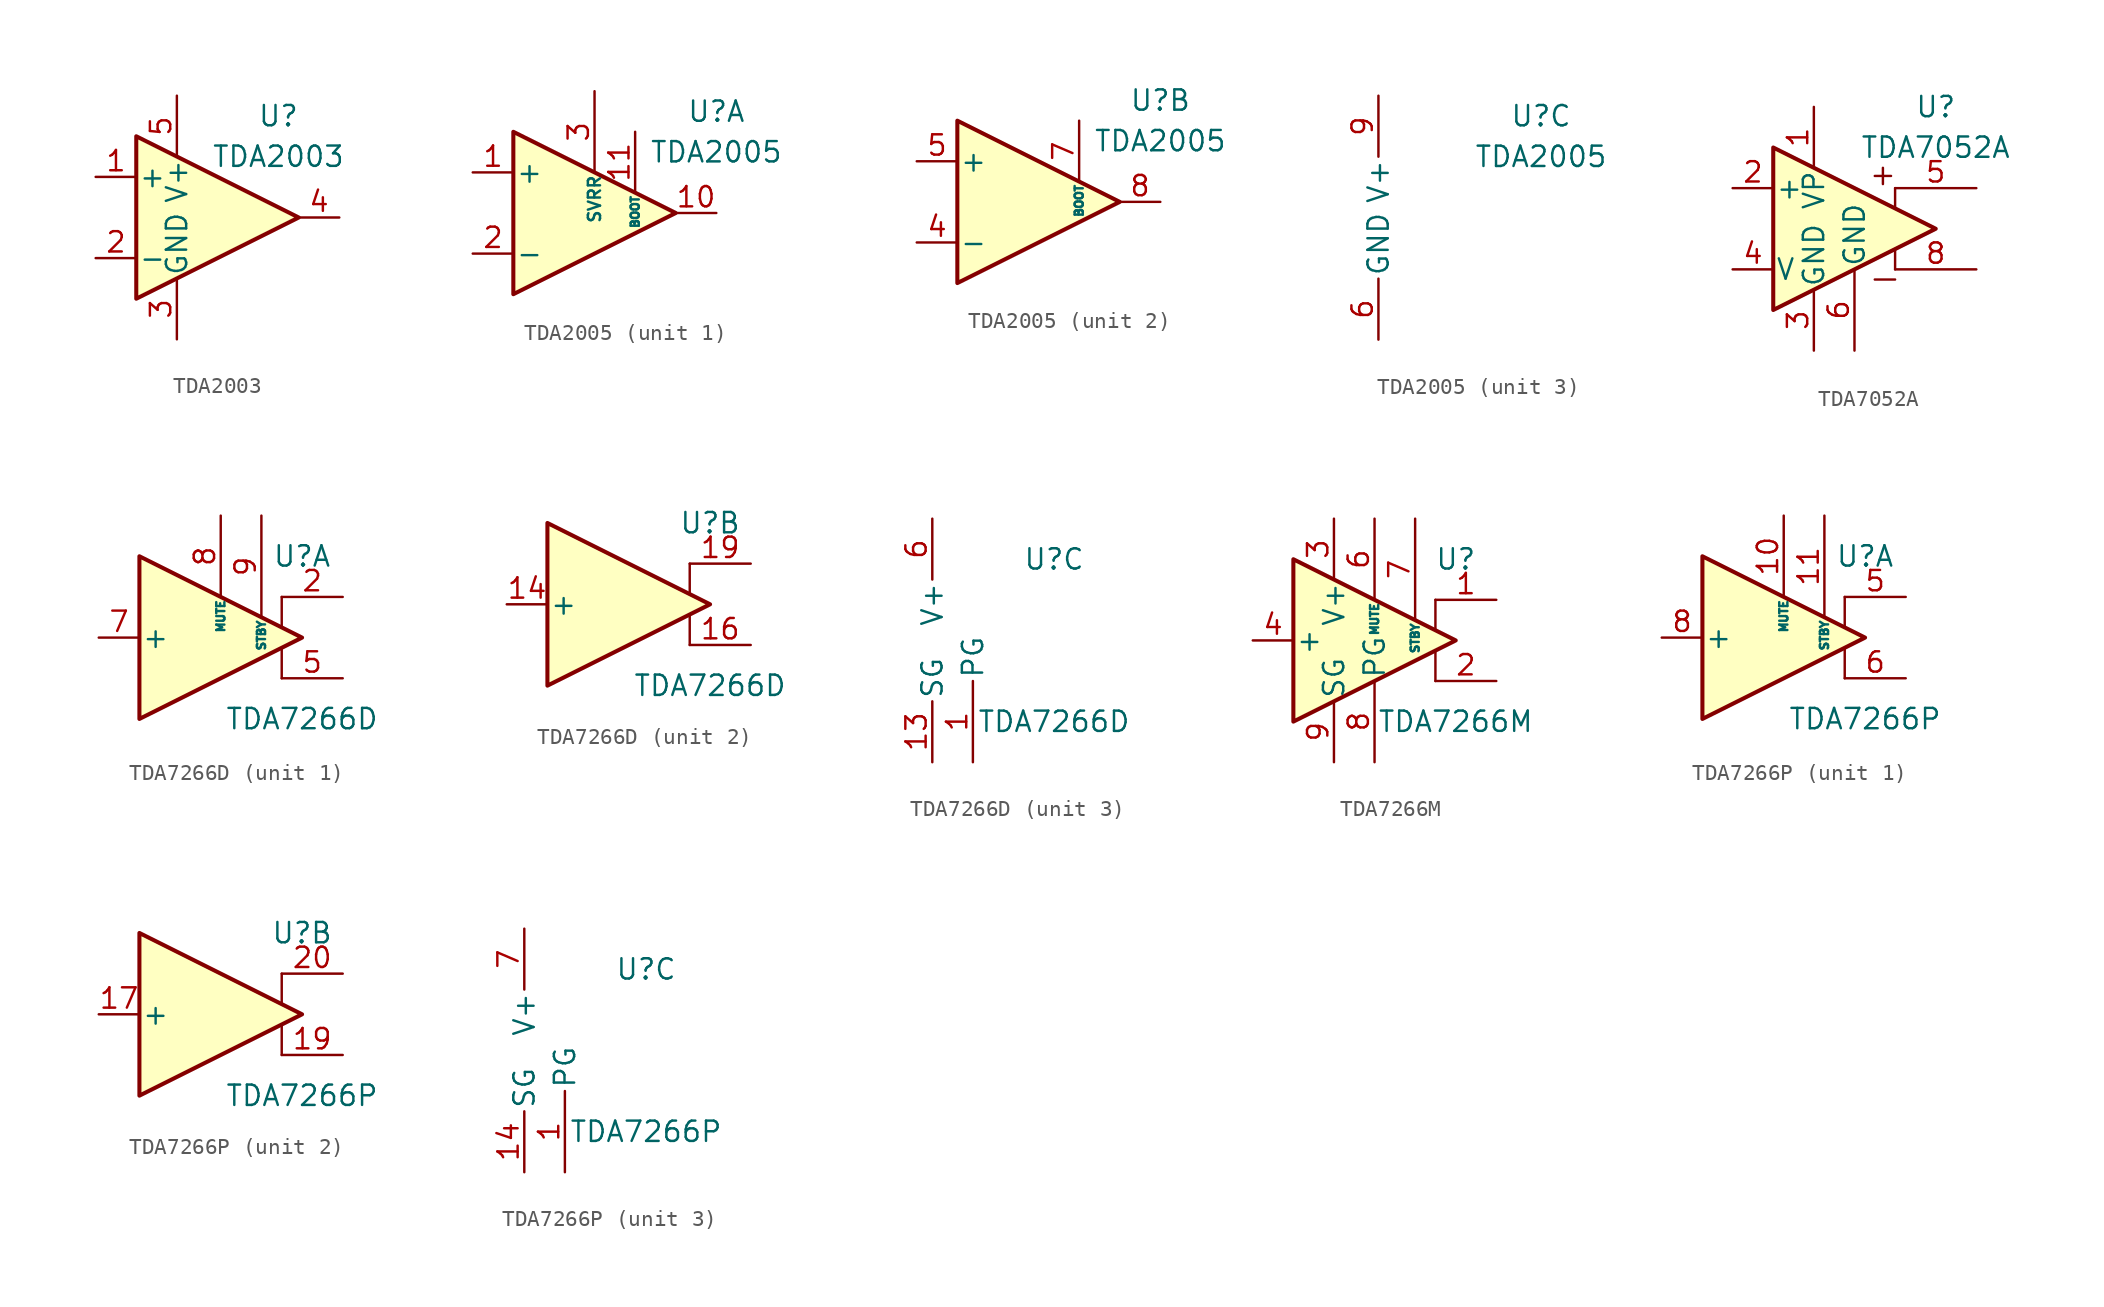
<source format=kicad_sym>
(kicad_symbol_lib
  (version 20220914)
  (generator kicad_symbol_editor)
  (symbol "TDA2003"
    (pin_names
      (offset 0.127))
    (property "Reference" "U"
      (at 3.81 6.35 0)
      (effects (font (size 1.27 1.27))))
    (property "Value" "TDA2003"
      (at 3.81 3.81 0)
      (effects (font (size 1.27 1.27))))
    (symbol "TDA2003_0_1"
      (polyline (pts (xy -5.08 5.08) (xy 5.08 0) (xy -5.08 -5.08) (xy -5.08 5.08)) (stroke (width 0.254) (type default)) (fill (type background))))
    (symbol "TDA2003_1_1"
      (pin input line (at -7.62 2.54 0) (length 2.54) (name "+" (effects (font (size 1.27 1.27)))) (number "1" (effects (font (size 1.27 1.27)))))
      (pin input line (at -7.62 -2.54 0) (length 2.54) (name "-" (effects (font (size 1.27 1.27)))) (number "2" (effects (font (size 1.27 1.27)))))
      (pin power_in line (at -2.54 -7.62 90) (length 3.81) (name "GND" (effects (font (size 1.27 1.27)))) (number "3" (effects (font (size 1.27 1.27)))))
      (pin output line (at 7.62 0 180) (length 2.54) (name "~" (effects (font (size 1.27 1.27)))) (number "4" (effects (font (size 1.27 1.27)))))
      (pin power_in line (at -2.54 7.62 270) (length 3.81) (name "V+" (effects (font (size 1.27 1.27)))) (number "5" (effects (font (size 1.27 1.27)))))))
  (symbol "TDA2005"
    (pin_names
      (offset 0.127))
    (property "Reference" "U"
      (at 7.62 6.35 0)
      (effects (font (size 1.27 1.27))))
    (property "Value" "TDA2005"
      (at 7.62 3.81 0)
      (effects (font (size 1.27 1.27))))
    (property "ki_locked" ""
      (at 0 0 0)
      (effects (font (size 1.27 1.27))))
    (symbol "TDA2005_1_1"
      (polyline (pts (xy -5.08 5.08) (xy 5.08 0) (xy -5.08 -5.08) (xy -5.08 5.08)) (stroke (width 0.254) (type default)) (fill (type background)))
      (pin input line (at -7.62 2.54 0) (length 2.54) (name "+" (effects (font (size 1.27 1.27)))) (number "1" (effects (font (size 1.27 1.27)))))
      (pin output line (at 7.62 0 180) (length 2.54) (name "~" (effects (font (size 1.27 1.27)))) (number "10" (effects (font (size 1.27 1.27)))))
      (pin passive line (at 2.54 5.08 270) (length 3.81) (name "BOOT" (effects (font (size 0.508 0.508)))) (number "11" (effects (font (size 1.27 1.27)))))
      (pin input line (at -7.62 -2.54 0) (length 2.54) (name "-" (effects (font (size 1.27 1.27)))) (number "2" (effects (font (size 1.27 1.27)))))
      (pin passive line (at 0 7.62 270) (length 5.08) (name "SVRR" (effects (font (size 0.762 0.762)))) (number "3" (effects (font (size 1.27 1.27))))))
    (symbol "TDA2005_2_1"
      (polyline (pts (xy -5.08 5.08) (xy 5.08 0) (xy -5.08 -5.08) (xy -5.08 5.08)) (stroke (width 0.254) (type default)) (fill (type background)))
      (pin input line (at -7.62 -2.54 0) (length 2.54) (name "-" (effects (font (size 1.27 1.27)))) (number "4" (effects (font (size 1.27 1.27)))))
      (pin input line (at -7.62 2.54 0) (length 2.54) (name "+" (effects (font (size 1.27 1.27)))) (number "5" (effects (font (size 1.27 1.27)))))
      (pin passive line (at 2.54 5.08 270) (length 3.81) (name "BOOT" (effects (font (size 0.508 0.508)))) (number "7" (effects (font (size 1.27 1.27)))))
      (pin output line (at 7.62 0 180) (length 2.54) (name "~" (effects (font (size 1.27 1.27)))) (number "8" (effects (font (size 1.27 1.27))))))
    (symbol "TDA2005_3_1"
      (pin power_in line (at -2.54 -7.62 90) (length 3.81) (name "GND" (effects (font (size 1.27 1.27)))) (number "6" (effects (font (size 1.27 1.27)))))
      (pin power_in line (at -2.54 7.62 270) (length 3.81) (name "V+" (effects (font (size 1.27 1.27)))) (number "9" (effects (font (size 1.27 1.27)))))))
  (symbol "TDA7052A"
    (pin_names
      (offset 0.127))
    (property "Reference" "U"
      (at 5.08 7.62 0)
      (effects (font (size 1.27 1.27))))
    (property "Value" "TDA7052A"
      (at 5.08 5.08 0)
      (effects (font (size 1.27 1.27))))
    (symbol "TDA7052A_0_1"
      (polyline (pts (xy 1.27 -3.175) (xy 2.54 -3.175)) (stroke (width 0) (type default)) (fill (type none)))
      (polyline (pts (xy 2.54 -1.27) (xy 2.54 -2.54)) (stroke (width 0) (type default)) (fill (type none)))
      (polyline (pts (xy 2.54 2.54) (xy 2.54 1.27)) (stroke (width 0) (type default)) (fill (type none)))
      (polyline (pts (xy 5.08 0) (xy -5.08 5.08) (xy -5.08 -5.08) (xy 5.08 0)) (stroke (width 0.254) (type default)) (fill (type background))))
    (symbol "TDA7052A_1_1"
      (polyline (pts (xy 1.778 3.81) (xy 1.778 2.794)) (stroke (width 0) (type default)) (fill (type none)))
      (polyline (pts (xy 2.286 3.302) (xy 1.27 3.302)) (stroke (width 0) (type default)) (fill (type none)))
      (pin power_in line (at -2.54 7.62 270) (length 3.81) (name "VP" (effects (font (size 1.27 1.27)))) (number "1" (effects (font (size 1.27 1.27)))))
      (pin input line (at -7.62 2.54 0) (length 2.54) (name "+" (effects (font (size 1.27 1.27)))) (number "2" (effects (font (size 1.27 1.27)))))
      (pin power_in line (at -2.54 -7.62 90) (length 3.81) (name "GND" (effects (font (size 1.27 1.27)))) (number "3" (effects (font (size 1.27 1.27)))))
      (pin input line (at -7.62 -2.54 0) (length 2.54) (name "V" (effects (font (size 1.27 1.27)))) (number "4" (effects (font (size 1.27 1.27)))))
      (pin output line (at 7.62 2.54 180) (length 5.08) (name "~" (effects (font (size 1.27 1.27)))) (number "5" (effects (font (size 1.27 1.27)))))
      (pin power_in line (at 0 -7.62 90) (length 5.08) (name "GND" (effects (font (size 1.27 1.27)))) (number "6" (effects (font (size 1.27 1.27)))))
      (pin no_connect line (at 0 2.54 270) (length 2.54) hide (name "NC" (effects (font (size 1.27 1.27)))) (number "7" (effects (font (size 1.27 1.27)))))
      (pin output line (at 7.62 -2.54 180) (length 5.08) (name "~" (effects (font (size 1.27 1.27)))) (number "8" (effects (font (size 1.27 1.27)))))))
  (symbol "TDA7266D"
    (pin_names
      (offset 0.127))
    (property "Reference" "U"
      (at 5.08 5.08 0)
      (effects (font (size 1.27 1.27))))
    (property "Value" "TDA7266D"
      (at 5.08 -5.08 0)
      (effects (font (size 1.27 1.27))))
    (property "ki_locked" ""
      (at 0 0 0)
      (effects (font (size 1.27 1.27))))
    (symbol "TDA7266D_1_1"
      (polyline (pts (xy 3.81 -0.635) (xy 3.81 -2.54)) (stroke (width 0) (type default)) (fill (type none)))
      (polyline (pts (xy 3.81 2.54) (xy 3.81 0.635)) (stroke (width 0) (type default)) (fill (type none)))
      (polyline (pts (xy 5.08 0) (xy -5.08 5.08) (xy -5.08 -5.08) (xy 5.08 0)) (stroke (width 0.254) (type default)) (fill (type background)))
      (pin no_connect line (at -2.54 3.81 270) (length 2.54) hide (name "NC" (effects (font (size 1.27 1.27)))) (number "12" (effects (font (size 1.27 1.27)))))
      (pin no_connect line (at -5.08 -5.08 90) (length 2.54) hide (name "NC" (effects (font (size 1.27 1.27)))) (number "17" (effects (font (size 1.27 1.27)))))
      (pin no_connect line (at 0 -2.54 90) (length 2.54) hide (name "NC" (effects (font (size 1.27 1.27)))) (number "18" (effects (font (size 1.27 1.27)))))
      (pin output line (at 7.62 2.54 180) (length 3.81) (name "~" (effects (font (size 1.27 1.27)))) (number "2" (effects (font (size 1.27 1.27)))))
      (pin no_connect line (at -5.08 5.08 270) (length 2.54) hide (name "NC" (effects (font (size 1.27 1.27)))) (number "3" (effects (font (size 1.27 1.27)))))
      (pin no_connect line (at 0 2.54 270) (length 2.54) hide (name "NC" (effects (font (size 1.27 1.27)))) (number "4" (effects (font (size 1.27 1.27)))))
      (pin output line (at 7.62 -2.54 180) (length 3.81) (name "~" (effects (font (size 1.27 1.27)))) (number "5" (effects (font (size 1.27 1.27)))))
      (pin input line (at -7.62 0 0) (length 2.54) (name "+" (effects (font (size 1.27 1.27)))) (number "7" (effects (font (size 1.27 1.27)))))
      (pin input line (at 0 7.62 270) (length 5.08) (name "MUTE" (effects (font (size 0.508 0.508)))) (number "8" (effects (font (size 1.27 1.27)))))
      (pin input line (at 2.54 7.62 270) (length 6.35) (name "STBY" (effects (font (size 0.508 0.508)))) (number "9" (effects (font (size 1.27 1.27))))))
    (symbol "TDA7266D_2_1"
      (polyline (pts (xy 3.81 -0.635) (xy 3.81 -2.54)) (stroke (width 0) (type default)) (fill (type none)))
      (polyline (pts (xy 3.81 2.54) (xy 3.81 0.635)) (stroke (width 0) (type default)) (fill (type none)))
      (polyline (pts (xy 5.08 0) (xy -5.08 5.08) (xy -5.08 -5.08) (xy 5.08 0)) (stroke (width 0.254) (type default)) (fill (type background)))
      (pin input line (at -7.62 0 0) (length 2.54) (name "+" (effects (font (size 1.27 1.27)))) (number "14" (effects (font (size 1.27 1.27)))))
      (pin output line (at 7.62 -2.54 180) (length 3.81) (name "~" (effects (font (size 1.27 1.27)))) (number "16" (effects (font (size 1.27 1.27)))))
      (pin output line (at 7.62 2.54 180) (length 3.81) (name "~" (effects (font (size 1.27 1.27)))) (number "19" (effects (font (size 1.27 1.27))))))
    (symbol "TDA7266D_3_1"
      (pin power_in line (at 0 -7.62 90) (length 5.08) (name "PG" (effects (font (size 1.27 1.27)))) (number "1" (effects (font (size 1.27 1.27)))))
      (pin passive line (at 0 -7.62 90) (length 5.08) hide (name "PG" (effects (font (size 1.27 1.27)))) (number "10" (effects (font (size 1.27 1.27)))))
      (pin passive line (at 0 -7.62 90) (length 5.08) hide (name "PG" (effects (font (size 1.27 1.27)))) (number "11" (effects (font (size 1.27 1.27)))))
      (pin power_in line (at -2.54 -7.62 90) (length 3.81) (name "SG" (effects (font (size 1.27 1.27)))) (number "13" (effects (font (size 1.27 1.27)))))
      (pin passive line (at -2.54 7.62 270) (length 3.81) hide (name "V+" (effects (font (size 1.27 1.27)))) (number "15" (effects (font (size 1.27 1.27)))))
      (pin passive line (at 0 -7.62 90) (length 5.08) hide (name "PG" (effects (font (size 1.27 1.27)))) (number "20" (effects (font (size 1.27 1.27)))))
      (pin power_in line (at -2.54 7.62 270) (length 3.81) (name "V+" (effects (font (size 1.27 1.27)))) (number "6" (effects (font (size 1.27 1.27)))))))
  (symbol "TDA7266M"
    (pin_names
      (offset 0.127))
    (property "Reference" "U"
      (at 5.08 5.08 0)
      (effects (font (size 1.27 1.27))))
    (property "Value" "TDA7266M"
      (at 5.08 -5.08 0)
      (effects (font (size 1.27 1.27))))
    (symbol "TDA7266M_0_1"
      (polyline (pts (xy 3.81 -0.635) (xy 3.81 -2.54)) (stroke (width 0) (type default)) (fill (type none)))
      (polyline (pts (xy 3.81 2.54) (xy 3.81 0.635)) (stroke (width 0) (type default)) (fill (type none)))
      (polyline (pts (xy 5.08 0) (xy -5.08 5.08) (xy -5.08 -5.08) (xy 5.08 0)) (stroke (width 0.254) (type default)) (fill (type background))))
    (symbol "TDA7266M_1_1"
      (pin output line (at 7.62 2.54 180) (length 3.81) (name "~" (effects (font (size 1.27 1.27)))) (number "1" (effects (font (size 1.27 1.27)))))
      (pin no_connect line (at 0 2.54 270) (length 2.54) hide (name "NC" (effects (font (size 1.27 1.27)))) (number "10" (effects (font (size 1.27 1.27)))))
      (pin no_connect line (at 2.54 1.27 270) (length 2.54) hide (name "NC" (effects (font (size 1.27 1.27)))) (number "11" (effects (font (size 1.27 1.27)))))
      (pin no_connect line (at -5.08 -5.08 90) (length 2.54) hide (name "NC" (effects (font (size 1.27 1.27)))) (number "12" (effects (font (size 1.27 1.27)))))
      (pin passive line (at -2.54 7.62 270) (length 3.81) hide (name "V+" (effects (font (size 1.27 1.27)))) (number "13" (effects (font (size 1.27 1.27)))))
      (pin no_connect line (at 0 -2.54 90) (length 2.54) hide (name "NC" (effects (font (size 1.27 1.27)))) (number "14" (effects (font (size 1.27 1.27)))))
      (pin no_connect line (at 2.54 -1.27 90) (length 2.54) hide (name "NC" (effects (font (size 1.27 1.27)))) (number "15" (effects (font (size 1.27 1.27)))))
      (pin output line (at 7.62 -2.54 180) (length 3.81) (name "~" (effects (font (size 1.27 1.27)))) (number "2" (effects (font (size 1.27 1.27)))))
      (pin power_in line (at -2.54 7.62 270) (length 3.81) (name "V+" (effects (font (size 1.27 1.27)))) (number "3" (effects (font (size 1.27 1.27)))))
      (pin input line (at -7.62 0 0) (length 2.54) (name "+" (effects (font (size 1.27 1.27)))) (number "4" (effects (font (size 1.27 1.27)))))
      (pin no_connect line (at -5.08 5.08 270) (length 2.54) hide (name "NC" (effects (font (size 1.27 1.27)))) (number "5" (effects (font (size 1.27 1.27)))))
      (pin input line (at 0 7.62 270) (length 5.08) (name "MUTE" (effects (font (size 0.508 0.508)))) (number "6" (effects (font (size 1.27 1.27)))))
      (pin input line (at 2.54 7.62 270) (length 6.35) (name "STBY" (effects (font (size 0.508 0.508)))) (number "7" (effects (font (size 1.27 1.27)))))
      (pin power_in line (at 0 -7.62 90) (length 5.08) (name "PG" (effects (font (size 1.27 1.27)))) (number "8" (effects (font (size 1.27 1.27)))))
      (pin power_in line (at -2.54 -7.62 90) (length 3.81) (name "SG" (effects (font (size 1.27 1.27)))) (number "9" (effects (font (size 1.27 1.27)))))))
  (symbol "TDA7266P"
    (pin_names
      (offset 0.127))
    (property "Reference" "U"
      (at 5.08 5.08 0)
      (effects (font (size 1.27 1.27))))
    (property "Value" "TDA7266P"
      (at 5.08 -5.08 0)
      (effects (font (size 1.27 1.27))))
    (property "ki_locked" ""
      (at 0 0 0)
      (effects (font (size 1.27 1.27))))
    (symbol "TDA7266P_1_1"
      (polyline (pts (xy 3.81 -0.635) (xy 3.81 -2.54)) (stroke (width 0) (type default)) (fill (type none)))
      (polyline (pts (xy 3.81 2.54) (xy 3.81 0.635)) (stroke (width 0) (type default)) (fill (type none)))
      (polyline (pts (xy 5.08 0) (xy -5.08 5.08) (xy -5.08 -5.08) (xy 5.08 0)) (stroke (width 0.254) (type default)) (fill (type background)))
      (pin input line (at 0 7.62 270) (length 5.08) (name "MUTE" (effects (font (size 0.508 0.508)))) (number "10" (effects (font (size 1.27 1.27)))))
      (pin input line (at 2.54 7.62 270) (length 6.35) (name "STBY" (effects (font (size 0.508 0.508)))) (number "11" (effects (font (size 1.27 1.27)))))
      (pin no_connect line (at -2.54 3.81 270) (length 2.54) hide (name "NC" (effects (font (size 1.27 1.27)))) (number "12" (effects (font (size 1.27 1.27)))))
      (pin no_connect line (at 0 0 270) (length 2.54) hide (name "NC" (effects (font (size 1.27 1.27)))) (number "13" (effects (font (size 1.27 1.27)))))
      (pin no_connect line (at -5.08 -1.27 270) (length 2.54) hide (name "NC" (effects (font (size 1.27 1.27)))) (number "15" (effects (font (size 1.27 1.27)))))
      (pin no_connect line (at -5.08 -5.08 90) (length 2.54) hide (name "NC" (effects (font (size 1.27 1.27)))) (number "16" (effects (font (size 1.27 1.27)))))
      (pin no_connect line (at -5.08 5.08 270) (length 2.54) hide (name "NC" (effects (font (size 1.27 1.27)))) (number "2" (effects (font (size 1.27 1.27)))))
      (pin no_connect line (at -2.54 -3.81 90) (length 2.54) hide (name "NC" (effects (font (size 1.27 1.27)))) (number "21" (effects (font (size 1.27 1.27)))))
      (pin no_connect line (at 0 -2.54 90) (length 2.54) hide (name "NC" (effects (font (size 1.27 1.27)))) (number "22" (effects (font (size 1.27 1.27)))))
      (pin no_connect line (at 2.54 -1.27 90) (length 2.54) hide (name "NC" (effects (font (size 1.27 1.27)))) (number "23" (effects (font (size 1.27 1.27)))))
      (pin no_connect line (at -5.08 2.54 270) (length 2.54) hide (name "NC" (effects (font (size 1.27 1.27)))) (number "3" (effects (font (size 1.27 1.27)))))
      (pin no_connect line (at 0 2.54 270) (length 2.54) hide (name "NC" (effects (font (size 1.27 1.27)))) (number "4" (effects (font (size 1.27 1.27)))))
      (pin output line (at 7.62 2.54 180) (length 3.81) (name "~" (effects (font (size 1.27 1.27)))) (number "5" (effects (font (size 1.27 1.27)))))
      (pin output line (at 7.62 -2.54 180) (length 3.81) (name "~" (effects (font (size 1.27 1.27)))) (number "6" (effects (font (size 1.27 1.27)))))
      (pin input line (at -7.62 0 0) (length 2.54) (name "+" (effects (font (size 1.27 1.27)))) (number "8" (effects (font (size 1.27 1.27)))))
      (pin no_connect line (at 2.54 1.27 270) (length 2.54) hide (name "NC" (effects (font (size 1.27 1.27)))) (number "9" (effects (font (size 1.27 1.27))))))
    (symbol "TDA7266P_2_1"
      (polyline (pts (xy 3.81 -0.635) (xy 3.81 -2.54)) (stroke (width 0) (type default)) (fill (type none)))
      (polyline (pts (xy 3.81 2.54) (xy 3.81 0.635)) (stroke (width 0) (type default)) (fill (type none)))
      (polyline (pts (xy 5.08 0) (xy -5.08 5.08) (xy -5.08 -5.08) (xy 5.08 0)) (stroke (width 0.254) (type default)) (fill (type background)))
      (pin input line (at -7.62 0 0) (length 2.54) (name "+" (effects (font (size 1.27 1.27)))) (number "17" (effects (font (size 1.27 1.27)))))
      (pin output line (at 7.62 -2.54 180) (length 3.81) (name "~" (effects (font (size 1.27 1.27)))) (number "19" (effects (font (size 1.27 1.27)))))
      (pin output line (at 7.62 2.54 180) (length 3.81) (name "~" (effects (font (size 1.27 1.27)))) (number "20" (effects (font (size 1.27 1.27))))))
    (symbol "TDA7266P_3_1"
      (pin power_in line (at 0 -7.62 90) (length 5.08) (name "PG" (effects (font (size 1.27 1.27)))) (number "1" (effects (font (size 1.27 1.27)))))
      (pin power_in line (at -2.54 -7.62 90) (length 3.81) (name "SG" (effects (font (size 1.27 1.27)))) (number "14" (effects (font (size 1.27 1.27)))))
      (pin passive line (at -2.54 7.62 270) (length 3.81) hide (name "V+" (effects (font (size 1.27 1.27)))) (number "18" (effects (font (size 1.27 1.27)))))
      (pin passive line (at 0 -7.62 90) (length 5.08) hide (name "PG" (effects (font (size 1.27 1.27)))) (number "24" (effects (font (size 1.27 1.27)))))
      (pin power_in line (at -2.54 7.62 270) (length 3.81) (name "V+" (effects (font (size 1.27 1.27)))) (number "7" (effects (font (size 1.27 1.27))))))))
</source>
